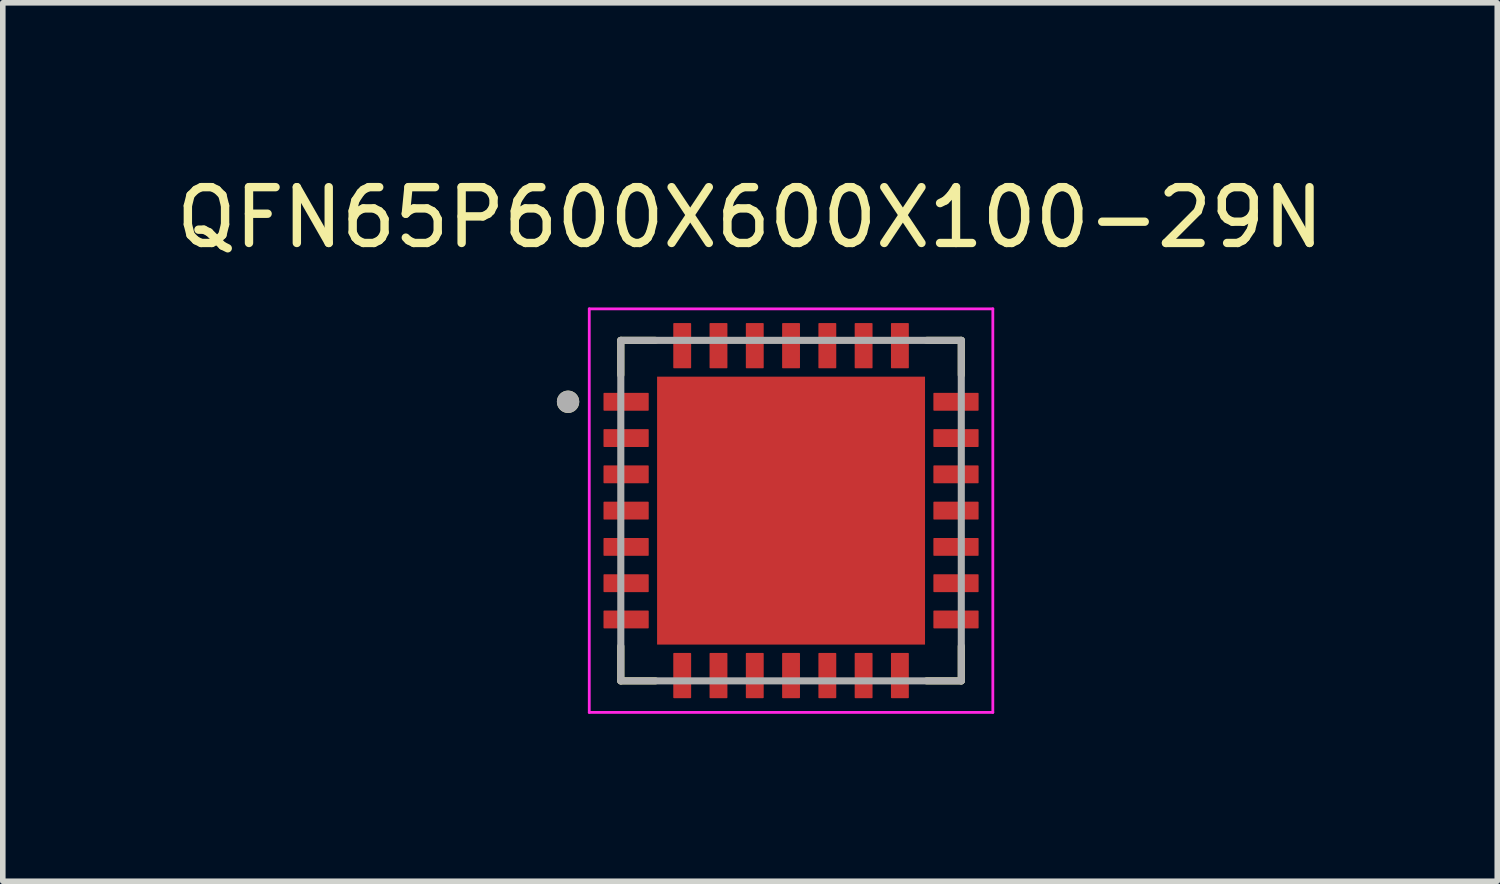
<source format=kicad_pcb>
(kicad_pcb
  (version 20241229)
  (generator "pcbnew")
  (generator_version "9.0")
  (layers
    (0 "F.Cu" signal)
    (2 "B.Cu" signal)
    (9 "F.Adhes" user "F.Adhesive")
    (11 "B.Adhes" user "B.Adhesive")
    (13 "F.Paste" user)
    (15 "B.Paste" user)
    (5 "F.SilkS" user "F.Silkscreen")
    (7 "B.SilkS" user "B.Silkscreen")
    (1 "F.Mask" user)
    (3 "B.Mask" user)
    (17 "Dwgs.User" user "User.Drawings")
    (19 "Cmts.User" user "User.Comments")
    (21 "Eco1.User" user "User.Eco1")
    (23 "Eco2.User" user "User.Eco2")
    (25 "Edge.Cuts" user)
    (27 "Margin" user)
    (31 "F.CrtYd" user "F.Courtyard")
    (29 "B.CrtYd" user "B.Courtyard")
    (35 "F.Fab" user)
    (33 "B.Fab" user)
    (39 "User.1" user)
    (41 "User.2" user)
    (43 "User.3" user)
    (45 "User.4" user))
  (footprint "QFN65P600X600X100-29N"
    (layer "F.Cu")
    (at 11.122 6.098)
    (property "Reference" "QFN65P600X600X100-29N" (at -0.735 -5.25 0) (layer "F.SilkS") (effects (font (size 1 1) (thickness 0.15))))
    (attr smd)
    (fp_line (start -3.05 -3.05) (end -3.05 -2.43) (stroke (width 0.127) (type solid)) (layer "F.SilkS"))
    (fp_line (start -3.05 -3.05) (end -2.43 -3.05) (stroke (width 0.127) (type solid)) (layer "F.SilkS"))
    (fp_line (start -3.05 3.05) (end -3.05 2.43) (stroke (width 0.127) (type solid)) (layer "F.SilkS"))
    (fp_line (start -3.05 3.05) (end -2.43 3.05) (stroke (width 0.127) (type solid)) (layer "F.SilkS"))
    (fp_line (start 3.05 -3.05) (end 2.43 -3.05) (stroke (width 0.127) (type solid)) (layer "F.SilkS"))
    (fp_line (start 3.05 -3.05) (end 3.05 -2.43) (stroke (width 0.127) (type solid)) (layer "F.SilkS"))
    (fp_line (start 3.05 3.05) (end 2.43 3.05) (stroke (width 0.127) (type solid)) (layer "F.SilkS"))
    (fp_line (start 3.05 3.05) (end 3.05 2.43) (stroke (width 0.127) (type solid)) (layer "F.SilkS"))
    (fp_circle (center -3.995 -1.95) (end -3.895 -1.95) (stroke (width 0.2) (type solid)) (fill no) (layer "F.SilkS"))
    (fp_poly (pts (xy -1.92 -1.92) (xy -0.44 -1.92) (xy -0.44 -0.44) (xy -1.92 -0.44)) (stroke (width 0.01) (type solid)) (fill yes) (layer "F.Paste"))
    (fp_poly (pts (xy -1.92 0.44) (xy -0.44 0.44) (xy -0.44 1.92) (xy -1.92 1.92)) (stroke (width 0.01) (type solid)) (fill yes) (layer "F.Paste"))
    (fp_poly (pts (xy 0.44 -1.92) (xy 1.92 -1.92) (xy 1.92 -0.44) (xy 0.44 -0.44)) (stroke (width 0.01) (type solid)) (fill yes) (layer "F.Paste"))
    (fp_poly (pts (xy 0.44 0.44) (xy 1.92 0.44) (xy 1.92 1.92) (xy 0.44 1.92)) (stroke (width 0.01) (type solid)) (fill yes) (layer "F.Paste"))
    (fp_line (start -3.615 -3.615) (end 3.615 -3.615) (stroke (width 0.05) (type solid)) (layer "F.CrtYd"))
    (fp_line (start -3.615 3.615) (end -3.615 -3.615) (stroke (width 0.05) (type solid)) (layer "F.CrtYd"))
    (fp_line (start -3.615 3.615) (end 3.615 3.615) (stroke (width 0.05) (type solid)) (layer "F.CrtYd"))
    (fp_line (start 3.615 3.615) (end 3.615 -3.615) (stroke (width 0.05) (type solid)) (layer "F.CrtYd"))
    (fp_line (start -3.05 3.05) (end -3.05 -3.05) (stroke (width 0.127) (type solid)) (layer "F.Fab"))
    (fp_line (start 3.05 -3.05) (end -3.05 -3.05) (stroke (width 0.127) (type solid)) (layer "F.Fab"))
    (fp_line (start 3.05 3.05) (end -3.05 3.05) (stroke (width 0.127) (type solid)) (layer "F.Fab"))
    (fp_line (start 3.05 3.05) (end 3.05 -3.05) (stroke (width 0.127) (type solid)) (layer "F.Fab"))
    (fp_circle (center -3.995 -1.95) (end -3.895 -1.95) (stroke (width 0.2) (type solid)) (fill no) (layer "F.Fab"))
    (pad "1" smd roundrect (at -2.955 -1.95) (size 0.81 0.32) (layers "F.Cu" "F.Mask" "F.Paste") (roundrect_rratio 0.04))
    (pad "2" smd roundrect (at -2.955 -1.3) (size 0.81 0.32) (layers "F.Cu" "F.Mask" "F.Paste") (roundrect_rratio 0.04))
    (pad "3" smd roundrect (at -2.955 -0.65) (size 0.81 0.32) (layers "F.Cu" "F.Mask" "F.Paste") (roundrect_rratio 0.04))
    (pad "4" smd roundrect (at -2.955 0) (size 0.81 0.32) (layers "F.Cu" "F.Mask" "F.Paste") (roundrect_rratio 0.04))
    (pad "5" smd roundrect (at -2.955 0.65) (size 0.81 0.32) (layers "F.Cu" "F.Mask" "F.Paste") (roundrect_rratio 0.04))
    (pad "6" smd roundrect (at -2.955 1.3) (size 0.81 0.32) (layers "F.Cu" "F.Mask" "F.Paste") (roundrect_rratio 0.04))
    (pad "7" smd roundrect (at -2.955 1.95) (size 0.81 0.32) (layers "F.Cu" "F.Mask" "F.Paste") (roundrect_rratio 0.04))
    (pad "8" smd roundrect (at -1.95 2.955 90) (size 0.81 0.32) (layers "F.Cu" "F.Mask" "F.Paste") (roundrect_rratio 0.04))
    (pad "9" smd roundrect (at -1.3 2.955 90) (size 0.81 0.32) (layers "F.Cu" "F.Mask" "F.Paste") (roundrect_rratio 0.04))
    (pad "10" smd roundrect (at -0.65 2.955 90) (size 0.81 0.32) (layers "F.Cu" "F.Mask" "F.Paste") (roundrect_rratio 0.04))
    (pad "11" smd roundrect (at 0 2.955 90) (size 0.81 0.32) (layers "F.Cu" "F.Mask" "F.Paste") (roundrect_rratio 0.04))
    (pad "12" smd roundrect (at 0.65 2.955 90) (size 0.81 0.32) (layers "F.Cu" "F.Mask" "F.Paste") (roundrect_rratio 0.04))
    (pad "13" smd roundrect (at 1.3 2.955 90) (size 0.81 0.32) (layers "F.Cu" "F.Mask" "F.Paste") (roundrect_rratio 0.04))
    (pad "14" smd roundrect (at 1.95 2.955 90) (size 0.81 0.32) (layers "F.Cu" "F.Mask" "F.Paste") (roundrect_rratio 0.04))
    (pad "15" smd roundrect (at 2.955 1.95) (size 0.81 0.32) (layers "F.Cu" "F.Mask" "F.Paste") (roundrect_rratio 0.04))
    (pad "16" smd roundrect (at 2.955 1.3) (size 0.81 0.32) (layers "F.Cu" "F.Mask" "F.Paste") (roundrect_rratio 0.04))
    (pad "17" smd roundrect (at 2.955 0.65) (size 0.81 0.32) (layers "F.Cu" "F.Mask" "F.Paste") (roundrect_rratio 0.04))
    (pad "18" smd roundrect (at 2.955 0) (size 0.81 0.32) (layers "F.Cu" "F.Mask" "F.Paste") (roundrect_rratio 0.04))
    (pad "19" smd roundrect (at 2.955 -0.65) (size 0.81 0.32) (layers "F.Cu" "F.Mask" "F.Paste") (roundrect_rratio 0.04))
    (pad "20" smd roundrect (at 2.955 -1.3) (size 0.81 0.32) (layers "F.Cu" "F.Mask" "F.Paste") (roundrect_rratio 0.04))
    (pad "21" smd roundrect (at 2.955 -1.95) (size 0.81 0.32) (layers "F.Cu" "F.Mask" "F.Paste") (roundrect_rratio 0.04))
    (pad "22" smd roundrect (at 1.95 -2.955 90) (size 0.81 0.32) (layers "F.Cu" "F.Mask" "F.Paste") (roundrect_rratio 0.04))
    (pad "23" smd roundrect (at 1.3 -2.955 90) (size 0.81 0.32) (layers "F.Cu" "F.Mask" "F.Paste") (roundrect_rratio 0.04))
    (pad "24" smd roundrect (at 0.65 -2.955 90) (size 0.81 0.32) (layers "F.Cu" "F.Mask" "F.Paste") (roundrect_rratio 0.04))
    (pad "25" smd roundrect (at 0 -2.955 90) (size 0.81 0.32) (layers "F.Cu" "F.Mask" "F.Paste") (roundrect_rratio 0.04))
    (pad "26" smd roundrect (at -0.65 -2.955 90) (size 0.81 0.32) (layers "F.Cu" "F.Mask" "F.Paste") (roundrect_rratio 0.04))
    (pad "27" smd roundrect (at -1.3 -2.955 90) (size 0.81 0.32) (layers "F.Cu" "F.Mask" "F.Paste") (roundrect_rratio 0.04))
    (pad "28" smd roundrect (at -1.95 -2.955 90) (size 0.81 0.32) (layers "F.Cu" "F.Mask" "F.Paste") (roundrect_rratio 0.04))
    (pad "29" smd rect (at 0 0) (size 4.8 4.8) (layers "F.Cu" "F.Mask")))
  (gr_rect
    (start -3 -3)
    (end 23.774 12.738)
    (stroke (width 0.1) (type default))
    (fill no)
    (layer "Edge.Cuts")))
</source>
